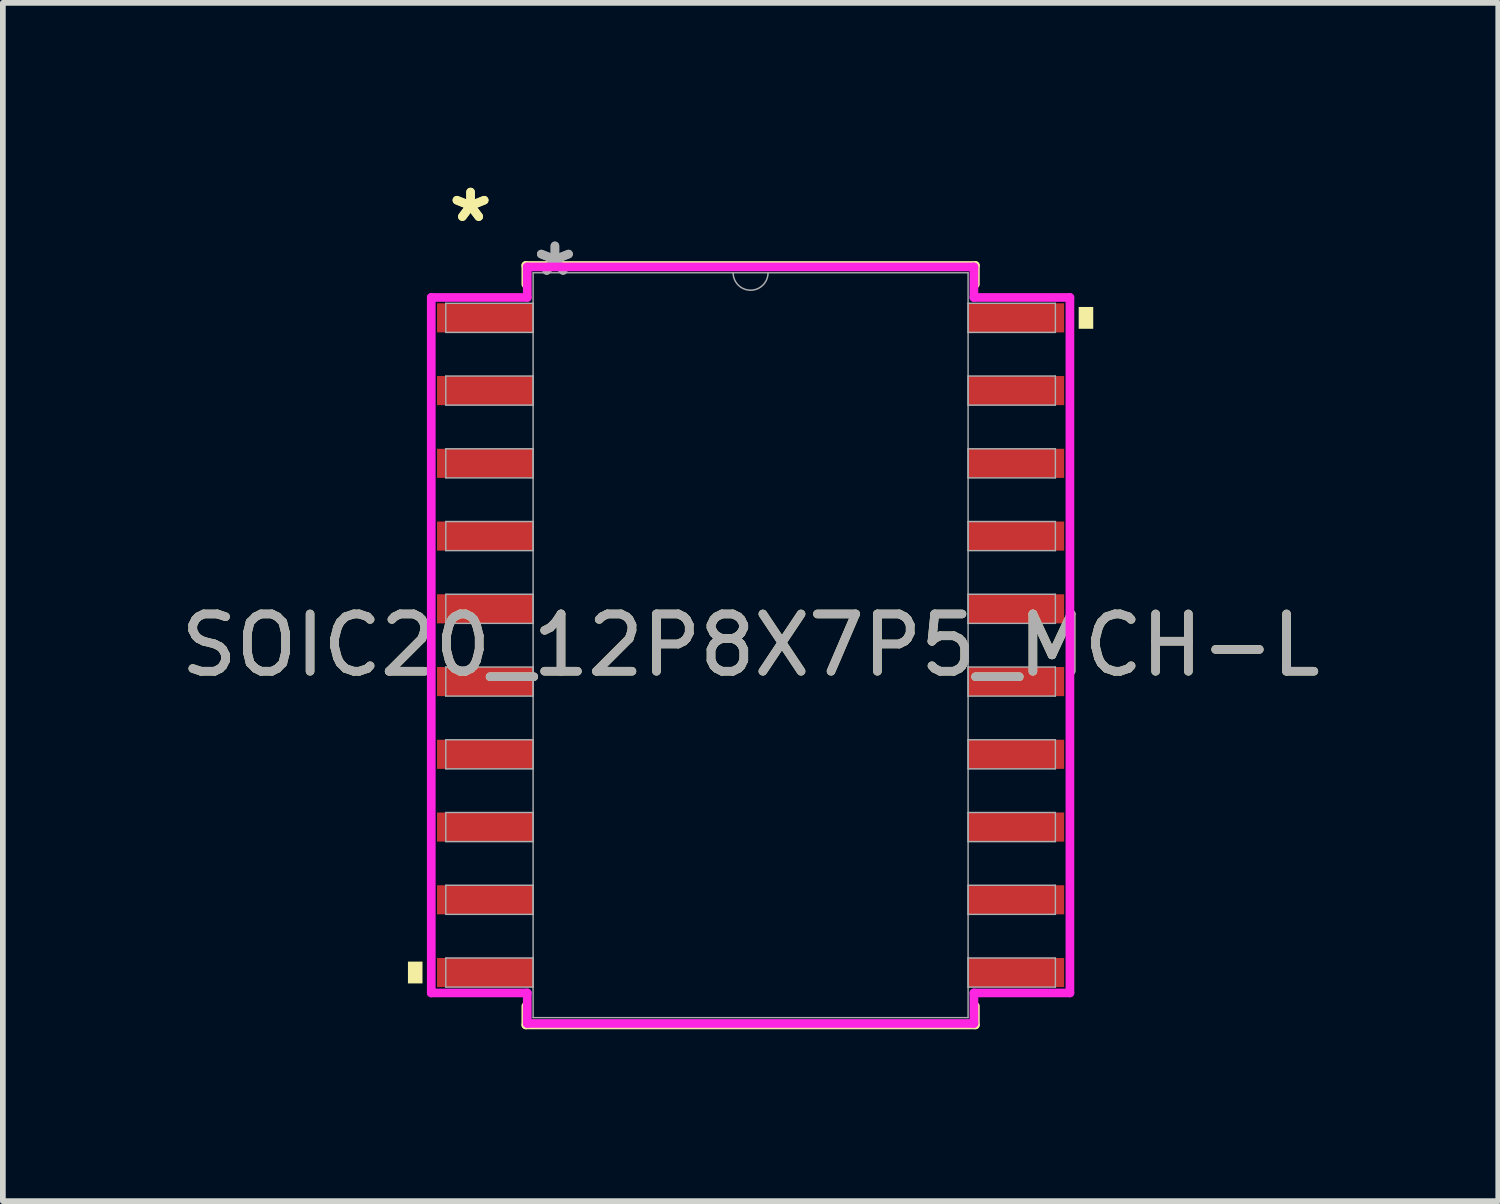
<source format=kicad_pcb>
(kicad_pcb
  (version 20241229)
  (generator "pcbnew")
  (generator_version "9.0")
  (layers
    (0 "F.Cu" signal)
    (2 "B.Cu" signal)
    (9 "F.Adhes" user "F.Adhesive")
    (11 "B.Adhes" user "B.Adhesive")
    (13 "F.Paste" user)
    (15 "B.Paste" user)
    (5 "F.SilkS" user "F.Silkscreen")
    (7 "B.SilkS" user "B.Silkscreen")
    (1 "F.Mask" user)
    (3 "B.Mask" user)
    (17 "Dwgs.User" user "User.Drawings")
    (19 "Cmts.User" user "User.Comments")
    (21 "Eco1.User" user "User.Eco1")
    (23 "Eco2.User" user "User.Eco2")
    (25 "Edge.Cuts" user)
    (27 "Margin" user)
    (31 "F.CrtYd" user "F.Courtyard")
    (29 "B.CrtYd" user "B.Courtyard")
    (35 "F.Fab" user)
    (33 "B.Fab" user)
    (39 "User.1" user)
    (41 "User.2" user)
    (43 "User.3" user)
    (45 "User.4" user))
  (footprint "SOIC20_12P8X7P5_MCH-L"
    (layer "F.Cu")
    (at 10.054 8.214)
    (property "Reference" "SOIC20_12P8X7P5_MCH-L" (at 0 0 0) (unlocked yes) (layer "F.SilkS") (effects (font (size 1 1) (thickness 0.15))))
    (attr smd)
    (fp_line (start -3.924 -6.629) (end -3.924 -6.302) (stroke (width 0.152) (type solid)) (layer "F.SilkS"))
    (fp_line (start -3.924 6.302) (end -3.924 6.629) (stroke (width 0.152) (type solid)) (layer "F.SilkS"))
    (fp_line (start -3.924 6.629) (end 3.924 6.629) (stroke (width 0.152) (type solid)) (layer "F.SilkS"))
    (fp_line (start 3.924 -6.629) (end -3.924 -6.629) (stroke (width 0.152) (type solid)) (layer "F.SilkS"))
    (fp_line (start 3.924 -6.302) (end 3.924 -6.629) (stroke (width 0.152) (type solid)) (layer "F.SilkS"))
    (fp_line (start 3.924 6.629) (end 3.924 6.302) (stroke (width 0.152) (type solid)) (layer "F.SilkS"))
    (fp_poly (pts (xy -5.982 5.524) (xy -5.982 5.905) (xy -5.728 5.905) (xy -5.728 5.524)) (stroke (width 0) (type solid)) (fill yes) (layer "F.SilkS"))
    (fp_poly (pts (xy 5.982 -5.905) (xy 5.982 -5.524) (xy 5.728 -5.524) (xy 5.728 -5.905)) (stroke (width 0) (type solid)) (fill yes) (layer "F.SilkS"))
    (fp_line (start -5.575 -6.071) (end -3.899 -6.071) (stroke (width 0.152) (type solid)) (layer "F.CrtYd"))
    (fp_line (start -5.575 6.071) (end -5.575 -6.071) (stroke (width 0.152) (type solid)) (layer "F.CrtYd"))
    (fp_line (start -5.575 6.071) (end -3.899 6.071) (stroke (width 0.152) (type solid)) (layer "F.CrtYd"))
    (fp_line (start -3.899 -6.604) (end 3.899 -6.604) (stroke (width 0.152) (type solid)) (layer "F.CrtYd"))
    (fp_line (start -3.899 -6.071) (end -3.899 -6.604) (stroke (width 0.152) (type solid)) (layer "F.CrtYd"))
    (fp_line (start -3.899 6.604) (end -3.899 6.071) (stroke (width 0.152) (type solid)) (layer "F.CrtYd"))
    (fp_line (start 3.899 -6.604) (end 3.899 -6.071) (stroke (width 0.152) (type solid)) (layer "F.CrtYd"))
    (fp_line (start 3.899 6.071) (end 3.899 6.604) (stroke (width 0.152) (type solid)) (layer "F.CrtYd"))
    (fp_line (start 3.899 6.604) (end -3.899 6.604) (stroke (width 0.152) (type solid)) (layer "F.CrtYd"))
    (fp_line (start 5.575 -6.071) (end 3.899 -6.071) (stroke (width 0.152) (type solid)) (layer "F.CrtYd"))
    (fp_line (start 5.575 -6.071) (end 5.575 6.071) (stroke (width 0.152) (type solid)) (layer "F.CrtYd"))
    (fp_line (start 5.575 6.071) (end 3.899 6.071) (stroke (width 0.152) (type solid)) (layer "F.CrtYd"))
    (fp_line (start -5.321 -5.969) (end -5.321 -5.461) (stroke (width 0.025) (type solid)) (layer "F.Fab"))
    (fp_line (start -5.321 -5.461) (end -3.797 -5.461) (stroke (width 0.025) (type solid)) (layer "F.Fab"))
    (fp_line (start -5.321 -4.699) (end -5.321 -4.191) (stroke (width 0.025) (type solid)) (layer "F.Fab"))
    (fp_line (start -5.321 -4.191) (end -3.797 -4.191) (stroke (width 0.025) (type solid)) (layer "F.Fab"))
    (fp_line (start -5.321 -3.429) (end -5.321 -2.921) (stroke (width 0.025) (type solid)) (layer "F.Fab"))
    (fp_line (start -5.321 -2.921) (end -3.797 -2.921) (stroke (width 0.025) (type solid)) (layer "F.Fab"))
    (fp_line (start -5.321 -2.159) (end -5.321 -1.651) (stroke (width 0.025) (type solid)) (layer "F.Fab"))
    (fp_line (start -5.321 -1.651) (end -3.797 -1.651) (stroke (width 0.025) (type solid)) (layer "F.Fab"))
    (fp_line (start -5.321 -0.889) (end -5.321 -0.381) (stroke (width 0.025) (type solid)) (layer "F.Fab"))
    (fp_line (start -5.321 -0.381) (end -3.797 -0.381) (stroke (width 0.025) (type solid)) (layer "F.Fab"))
    (fp_line (start -5.321 0.381) (end -5.321 0.889) (stroke (width 0.025) (type solid)) (layer "F.Fab"))
    (fp_line (start -5.321 0.889) (end -3.797 0.889) (stroke (width 0.025) (type solid)) (layer "F.Fab"))
    (fp_line (start -5.321 1.651) (end -5.321 2.159) (stroke (width 0.025) (type solid)) (layer "F.Fab"))
    (fp_line (start -5.321 2.159) (end -3.797 2.159) (stroke (width 0.025) (type solid)) (layer "F.Fab"))
    (fp_line (start -5.321 2.921) (end -5.321 3.429) (stroke (width 0.025) (type solid)) (layer "F.Fab"))
    (fp_line (start -5.321 3.429) (end -3.797 3.429) (stroke (width 0.025) (type solid)) (layer "F.Fab"))
    (fp_line (start -5.321 4.191) (end -5.321 4.699) (stroke (width 0.025) (type solid)) (layer "F.Fab"))
    (fp_line (start -5.321 4.699) (end -3.797 4.699) (stroke (width 0.025) (type solid)) (layer "F.Fab"))
    (fp_line (start -5.321 5.461) (end -5.321 5.969) (stroke (width 0.025) (type solid)) (layer "F.Fab"))
    (fp_line (start -5.321 5.969) (end -3.797 5.969) (stroke (width 0.025) (type solid)) (layer "F.Fab"))
    (fp_line (start -3.797 -6.502) (end -3.797 6.502) (stroke (width 0.025) (type solid)) (layer "F.Fab"))
    (fp_line (start -3.797 -5.969) (end -5.321 -5.969) (stroke (width 0.025) (type solid)) (layer "F.Fab"))
    (fp_line (start -3.797 -5.461) (end -3.797 -5.969) (stroke (width 0.025) (type solid)) (layer "F.Fab"))
    (fp_line (start -3.797 -4.699) (end -5.321 -4.699) (stroke (width 0.025) (type solid)) (layer "F.Fab"))
    (fp_line (start -3.797 -4.191) (end -3.797 -4.699) (stroke (width 0.025) (type solid)) (layer "F.Fab"))
    (fp_line (start -3.797 -3.429) (end -5.321 -3.429) (stroke (width 0.025) (type solid)) (layer "F.Fab"))
    (fp_line (start -3.797 -2.921) (end -3.797 -3.429) (stroke (width 0.025) (type solid)) (layer "F.Fab"))
    (fp_line (start -3.797 -2.159) (end -5.321 -2.159) (stroke (width 0.025) (type solid)) (layer "F.Fab"))
    (fp_line (start -3.797 -1.651) (end -3.797 -2.159) (stroke (width 0.025) (type solid)) (layer "F.Fab"))
    (fp_line (start -3.797 -0.889) (end -5.321 -0.889) (stroke (width 0.025) (type solid)) (layer "F.Fab"))
    (fp_line (start -3.797 -0.381) (end -3.797 -0.889) (stroke (width 0.025) (type solid)) (layer "F.Fab"))
    (fp_line (start -3.797 0.381) (end -5.321 0.381) (stroke (width 0.025) (type solid)) (layer "F.Fab"))
    (fp_line (start -3.797 0.889) (end -3.797 0.381) (stroke (width 0.025) (type solid)) (layer "F.Fab"))
    (fp_line (start -3.797 1.651) (end -5.321 1.651) (stroke (width 0.025) (type solid)) (layer "F.Fab"))
    (fp_line (start -3.797 2.159) (end -3.797 1.651) (stroke (width 0.025) (type solid)) (layer "F.Fab"))
    (fp_line (start -3.797 2.921) (end -5.321 2.921) (stroke (width 0.025) (type solid)) (layer "F.Fab"))
    (fp_line (start -3.797 3.429) (end -3.797 2.921) (stroke (width 0.025) (type solid)) (layer "F.Fab"))
    (fp_line (start -3.797 4.191) (end -5.321 4.191) (stroke (width 0.025) (type solid)) (layer "F.Fab"))
    (fp_line (start -3.797 4.699) (end -3.797 4.191) (stroke (width 0.025) (type solid)) (layer "F.Fab"))
    (fp_line (start -3.797 5.461) (end -5.321 5.461) (stroke (width 0.025) (type solid)) (layer "F.Fab"))
    (fp_line (start -3.797 5.969) (end -3.797 5.461) (stroke (width 0.025) (type solid)) (layer "F.Fab"))
    (fp_line (start -3.797 6.502) (end 3.797 6.502) (stroke (width 0.025) (type solid)) (layer "F.Fab"))
    (fp_line (start 3.797 -6.502) (end -3.797 -6.502) (stroke (width 0.025) (type solid)) (layer "F.Fab"))
    (fp_line (start 3.797 -5.969) (end 3.797 -5.461) (stroke (width 0.025) (type solid)) (layer "F.Fab"))
    (fp_line (start 3.797 -5.461) (end 5.321 -5.461) (stroke (width 0.025) (type solid)) (layer "F.Fab"))
    (fp_line (start 3.797 -4.699) (end 3.797 -4.191) (stroke (width 0.025) (type solid)) (layer "F.Fab"))
    (fp_line (start 3.797 -4.191) (end 5.321 -4.191) (stroke (width 0.025) (type solid)) (layer "F.Fab"))
    (fp_line (start 3.797 -3.429) (end 3.797 -2.921) (stroke (width 0.025) (type solid)) (layer "F.Fab"))
    (fp_line (start 3.797 -2.921) (end 5.321 -2.921) (stroke (width 0.025) (type solid)) (layer "F.Fab"))
    (fp_line (start 3.797 -2.159) (end 3.797 -1.651) (stroke (width 0.025) (type solid)) (layer "F.Fab"))
    (fp_line (start 3.797 -1.651) (end 5.321 -1.651) (stroke (width 0.025) (type solid)) (layer "F.Fab"))
    (fp_line (start 3.797 -0.889) (end 3.797 -0.381) (stroke (width 0.025) (type solid)) (layer "F.Fab"))
    (fp_line (start 3.797 -0.381) (end 5.321 -0.381) (stroke (width 0.025) (type solid)) (layer "F.Fab"))
    (fp_line (start 3.797 0.381) (end 3.797 0.889) (stroke (width 0.025) (type solid)) (layer "F.Fab"))
    (fp_line (start 3.797 0.889) (end 5.321 0.889) (stroke (width 0.025) (type solid)) (layer "F.Fab"))
    (fp_line (start 3.797 1.651) (end 3.797 2.159) (stroke (width 0.025) (type solid)) (layer "F.Fab"))
    (fp_line (start 3.797 2.159) (end 5.321 2.159) (stroke (width 0.025) (type solid)) (layer "F.Fab"))
    (fp_line (start 3.797 2.921) (end 3.797 3.429) (stroke (width 0.025) (type solid)) (layer "F.Fab"))
    (fp_line (start 3.797 3.429) (end 5.321 3.429) (stroke (width 0.025) (type solid)) (layer "F.Fab"))
    (fp_line (start 3.797 4.191) (end 3.797 4.699) (stroke (width 0.025) (type solid)) (layer "F.Fab"))
    (fp_line (start 3.797 4.699) (end 5.321 4.699) (stroke (width 0.025) (type solid)) (layer "F.Fab"))
    (fp_line (start 3.797 5.461) (end 3.797 5.969) (stroke (width 0.025) (type solid)) (layer "F.Fab"))
    (fp_line (start 3.797 5.969) (end 5.321 5.969) (stroke (width 0.025) (type solid)) (layer "F.Fab"))
    (fp_line (start 3.797 6.502) (end 3.797 -6.502) (stroke (width 0.025) (type solid)) (layer "F.Fab"))
    (fp_line (start 5.321 -5.969) (end 3.797 -5.969) (stroke (width 0.025) (type solid)) (layer "F.Fab"))
    (fp_line (start 5.321 -5.461) (end 5.321 -5.969) (stroke (width 0.025) (type solid)) (layer "F.Fab"))
    (fp_line (start 5.321 -4.699) (end 3.797 -4.699) (stroke (width 0.025) (type solid)) (layer "F.Fab"))
    (fp_line (start 5.321 -4.191) (end 5.321 -4.699) (stroke (width 0.025) (type solid)) (layer "F.Fab"))
    (fp_line (start 5.321 -3.429) (end 3.797 -3.429) (stroke (width 0.025) (type solid)) (layer "F.Fab"))
    (fp_line (start 5.321 -2.921) (end 5.321 -3.429) (stroke (width 0.025) (type solid)) (layer "F.Fab"))
    (fp_line (start 5.321 -2.159) (end 3.797 -2.159) (stroke (width 0.025) (type solid)) (layer "F.Fab"))
    (fp_line (start 5.321 -1.651) (end 5.321 -2.159) (stroke (width 0.025) (type solid)) (layer "F.Fab"))
    (fp_line (start 5.321 -0.889) (end 3.797 -0.889) (stroke (width 0.025) (type solid)) (layer "F.Fab"))
    (fp_line (start 5.321 -0.381) (end 5.321 -0.889) (stroke (width 0.025) (type solid)) (layer "F.Fab"))
    (fp_line (start 5.321 0.381) (end 3.797 0.381) (stroke (width 0.025) (type solid)) (layer "F.Fab"))
    (fp_line (start 5.321 0.889) (end 5.321 0.381) (stroke (width 0.025) (type solid)) (layer "F.Fab"))
    (fp_line (start 5.321 1.651) (end 3.797 1.651) (stroke (width 0.025) (type solid)) (layer "F.Fab"))
    (fp_line (start 5.321 2.159) (end 5.321 1.651) (stroke (width 0.025) (type solid)) (layer "F.Fab"))
    (fp_line (start 5.321 2.921) (end 3.797 2.921) (stroke (width 0.025) (type solid)) (layer "F.Fab"))
    (fp_line (start 5.321 3.429) (end 5.321 2.921) (stroke (width 0.025) (type solid)) (layer "F.Fab"))
    (fp_line (start 5.321 4.191) (end 3.797 4.191) (stroke (width 0.025) (type solid)) (layer "F.Fab"))
    (fp_line (start 5.321 4.699) (end 5.321 4.191) (stroke (width 0.025) (type solid)) (layer "F.Fab"))
    (fp_line (start 5.321 5.461) (end 3.797 5.461) (stroke (width 0.025) (type solid)) (layer "F.Fab"))
    (fp_line (start 5.321 5.969) (end 5.321 5.461) (stroke (width 0.025) (type solid)) (layer "F.Fab"))
    (fp_arc (start 0.3048 -6.5024) (mid 0 -6.1976) (end -0.3048 -6.5024) (stroke (width 0.0254) (type solid)) (layer "F.Fab"))
    (fp_text user "*" (at -4.889 -7.366 0) (layer "F.SilkS") (effects (font (size 1 1) (thickness 0.15))))
    (fp_text user "*" (at -4.889 -7.366 0) (unlocked yes) (layer "F.SilkS") (effects (font (size 1 1) (thickness 0.15))))
    (fp_text user "${REFERENCE}" (at 0 0 0) (unlocked yes) (layer "F.Fab") (effects (font (size 1 1) (thickness 0.15))))
    (fp_text user "*" (at -3.416 -6.426 0) (layer "F.Fab") (effects (font (size 1 1) (thickness 0.15))))
    (fp_text user "*" (at -3.416 -6.426 0) (unlocked yes) (layer "F.Fab") (effects (font (size 1 1) (thickness 0.15))))
    (pad "1" smd rect (at -4.636 -5.715) (size 1.676 0.508) (layers "F.Cu" "F.Mask" "F.Paste"))
    (pad "2" smd rect (at -4.636 -4.445) (size 1.676 0.508) (layers "F.Cu" "F.Mask" "F.Paste"))
    (pad "3" smd rect (at -4.636 -3.175) (size 1.676 0.508) (layers "F.Cu" "F.Mask" "F.Paste"))
    (pad "4" smd rect (at -4.636 -1.905) (size 1.676 0.508) (layers "F.Cu" "F.Mask" "F.Paste"))
    (pad "5" smd rect (at -4.636 -0.635) (size 1.676 0.508) (layers "F.Cu" "F.Mask" "F.Paste"))
    (pad "6" smd rect (at -4.636 0.635) (size 1.676 0.508) (layers "F.Cu" "F.Mask" "F.Paste"))
    (pad "7" smd rect (at -4.636 1.905) (size 1.676 0.508) (layers "F.Cu" "F.Mask" "F.Paste"))
    (pad "8" smd rect (at -4.636 3.175) (size 1.676 0.508) (layers "F.Cu" "F.Mask" "F.Paste"))
    (pad "9" smd rect (at -4.636 4.445) (size 1.676 0.508) (layers "F.Cu" "F.Mask" "F.Paste"))
    (pad "10" smd rect (at -4.636 5.715) (size 1.676 0.508) (layers "F.Cu" "F.Mask" "F.Paste"))
    (pad "11" smd rect (at 4.636 5.715) (size 1.676 0.508) (layers "F.Cu" "F.Mask" "F.Paste"))
    (pad "12" smd rect (at 4.636 4.445) (size 1.676 0.508) (layers "F.Cu" "F.Mask" "F.Paste"))
    (pad "13" smd rect (at 4.636 3.175) (size 1.676 0.508) (layers "F.Cu" "F.Mask" "F.Paste"))
    (pad "14" smd rect (at 4.636 1.905) (size 1.676 0.508) (layers "F.Cu" "F.Mask" "F.Paste"))
    (pad "15" smd rect (at 4.636 0.635) (size 1.676 0.508) (layers "F.Cu" "F.Mask" "F.Paste"))
    (pad "16" smd rect (at 4.636 -0.635) (size 1.676 0.508) (layers "F.Cu" "F.Mask" "F.Paste"))
    (pad "17" smd rect (at 4.636 -1.905) (size 1.676 0.508) (layers "F.Cu" "F.Mask" "F.Paste"))
    (pad "18" smd rect (at 4.636 -3.175) (size 1.676 0.508) (layers "F.Cu" "F.Mask" "F.Paste"))
    (pad "19" smd rect (at 4.636 -4.445) (size 1.676 0.508) (layers "F.Cu" "F.Mask" "F.Paste"))
    (pad "20" smd rect (at 4.636 -5.715) (size 1.676 0.508) (layers "F.Cu" "F.Mask" "F.Paste")))
  (gr_rect
    (start -3 -3)
    (end 23.107 17.92)
    (stroke (width 0.1) (type default))
    (fill no)
    (layer "Edge.Cuts")))
</source>
